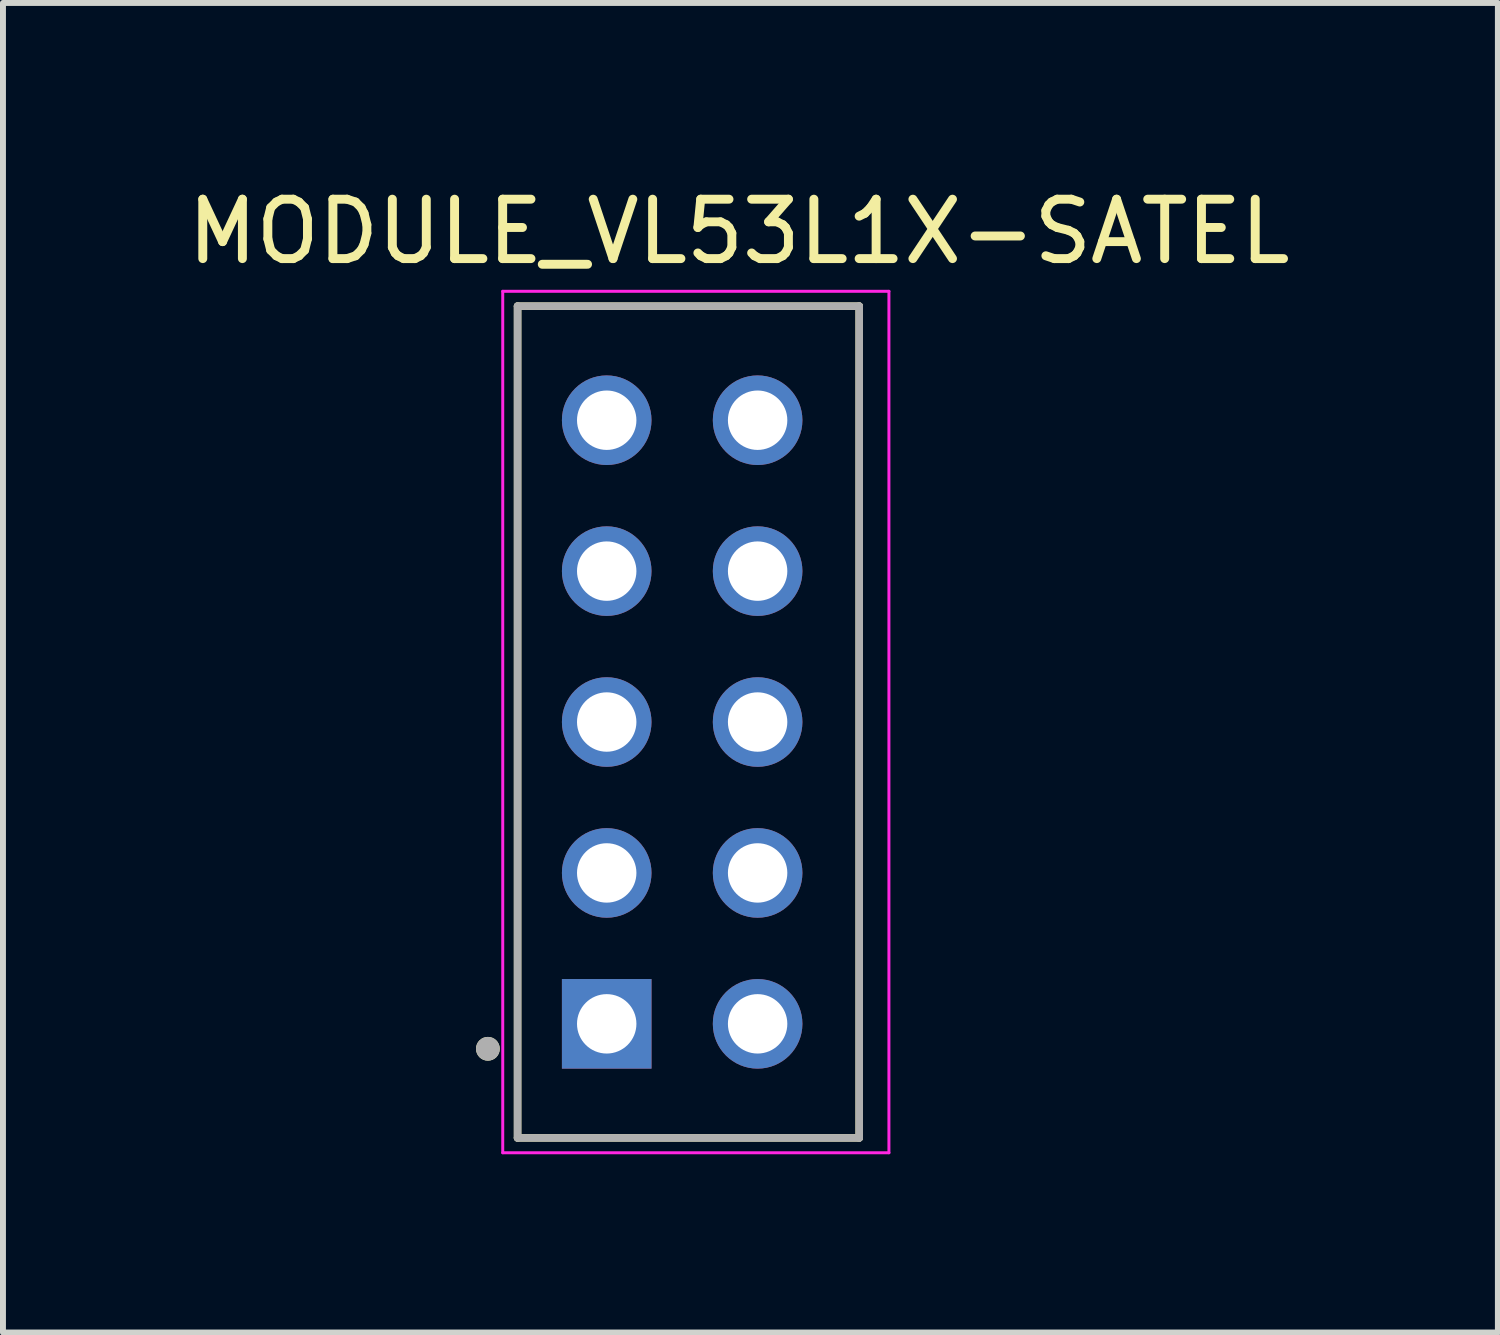
<source format=kicad_pcb>
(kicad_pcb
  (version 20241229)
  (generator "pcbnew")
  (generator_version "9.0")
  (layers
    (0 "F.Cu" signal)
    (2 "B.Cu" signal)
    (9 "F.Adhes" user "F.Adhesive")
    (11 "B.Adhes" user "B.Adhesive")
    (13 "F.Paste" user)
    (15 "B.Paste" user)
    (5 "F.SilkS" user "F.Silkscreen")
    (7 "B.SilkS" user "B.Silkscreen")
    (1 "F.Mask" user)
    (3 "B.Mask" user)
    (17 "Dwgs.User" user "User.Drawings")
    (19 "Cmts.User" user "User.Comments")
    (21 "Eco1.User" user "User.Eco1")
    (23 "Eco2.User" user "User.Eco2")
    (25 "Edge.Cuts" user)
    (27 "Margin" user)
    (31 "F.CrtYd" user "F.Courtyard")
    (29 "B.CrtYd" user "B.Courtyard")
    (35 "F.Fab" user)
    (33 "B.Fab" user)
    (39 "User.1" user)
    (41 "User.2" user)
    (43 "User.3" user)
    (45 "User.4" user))
  (footprint "MODULE_VL53L1X-SATEL"
    (layer "F.Cu")
    (at 18.912 9.103)
    (property "Reference" "MODULE_VL53L1X-SATEL" (at -9.525 -8.255 0) (layer "F.SilkS") (effects (font (size 1 1) (thickness 0.15))))
    (attr through_hole)
    (fp_line (start -13.25 -7) (end -13.25 7) (stroke (width 0.127) (type solid)) (layer "F.SilkS"))
    (fp_line (start -13.25 7) (end -7.5 7) (stroke (width 0.127) (type solid)) (layer "F.SilkS"))
    (fp_line (start -7.5 -7) (end -13.25 -7) (stroke (width 0.127) (type solid)) (layer "F.SilkS"))
    (fp_line (start -7.5 7) (end -7.5 -7) (stroke (width 0.127) (type solid)) (layer "F.SilkS"))
    (fp_circle (center -13.75 5.5) (end -13.65 5.5) (stroke (width 0.2) (type solid)) (fill no) (layer "F.SilkS"))
    (fp_line (start -13.5 -7.25) (end -7 -7.25) (stroke (width 0.05) (type solid)) (layer "F.CrtYd"))
    (fp_line (start -13.5 7.25) (end -13.5 -7.25) (stroke (width 0.05) (type solid)) (layer "F.CrtYd"))
    (fp_line (start -7 -7.25) (end -7 7.25) (stroke (width 0.05) (type solid)) (layer "F.CrtYd"))
    (fp_line (start -7 7.25) (end -13.5 7.25) (stroke (width 0.05) (type solid)) (layer "F.CrtYd"))
    (fp_line (start -13.25 -7) (end -13.25 7) (stroke (width 0.127) (type solid)) (layer "F.Fab"))
    (fp_line (start -13.25 7) (end -7.5 7) (stroke (width 0.127) (type solid)) (layer "F.Fab"))
    (fp_line (start -7.5 -7) (end -13.25 -7) (stroke (width 0.127) (type solid)) (layer "F.Fab"))
    (fp_line (start -7.5 7) (end -7.5 -7) (stroke (width 0.127) (type solid)) (layer "F.Fab"))
    (fp_circle (center -13.75 5.5) (end -13.65 5.5) (stroke (width 0.2) (type solid)) (fill no) (layer "F.Fab"))
    (pad "1" thru_hole rect (at -11.75 5.08) (size 1.508 1.508) (drill 1) (layers "*.Cu" "*.Mask"))
    (pad "2" thru_hole circle (at -9.21 5.08) (size 1.508 1.508) (drill 1) (layers "*.Cu" "*.Mask"))
    (pad "3" thru_hole circle (at -11.75 2.54) (size 1.508 1.508) (drill 1) (layers "*.Cu" "*.Mask"))
    (pad "4" thru_hole circle (at -9.21 2.54) (size 1.508 1.508) (drill 1) (layers "*.Cu" "*.Mask"))
    (pad "5" thru_hole circle (at -11.75 0) (size 1.508 1.508) (drill 1) (layers "*.Cu" "*.Mask"))
    (pad "6" thru_hole circle (at -9.21 0) (size 1.508 1.508) (drill 1) (layers "*.Cu" "*.Mask"))
    (pad "7" thru_hole circle (at -11.75 -2.54) (size 1.508 1.508) (drill 1) (layers "*.Cu" "*.Mask"))
    (pad "8" thru_hole circle (at -9.21 -2.54) (size 1.508 1.508) (drill 1) (layers "*.Cu" "*.Mask"))
    (pad "9" thru_hole circle (at -11.75 -5.08) (size 1.508 1.508) (drill 1) (layers "*.Cu" "*.Mask"))
    (pad "10" thru_hole circle (at -9.21 -5.08) (size 1.508 1.508) (drill 1) (layers "*.Cu" "*.Mask")))
  (gr_rect
    (start -3 -3)
    (end 22.162 19.378)
    (stroke (width 0.1) (type default))
    (fill no)
    (layer "Edge.Cuts")))
</source>
